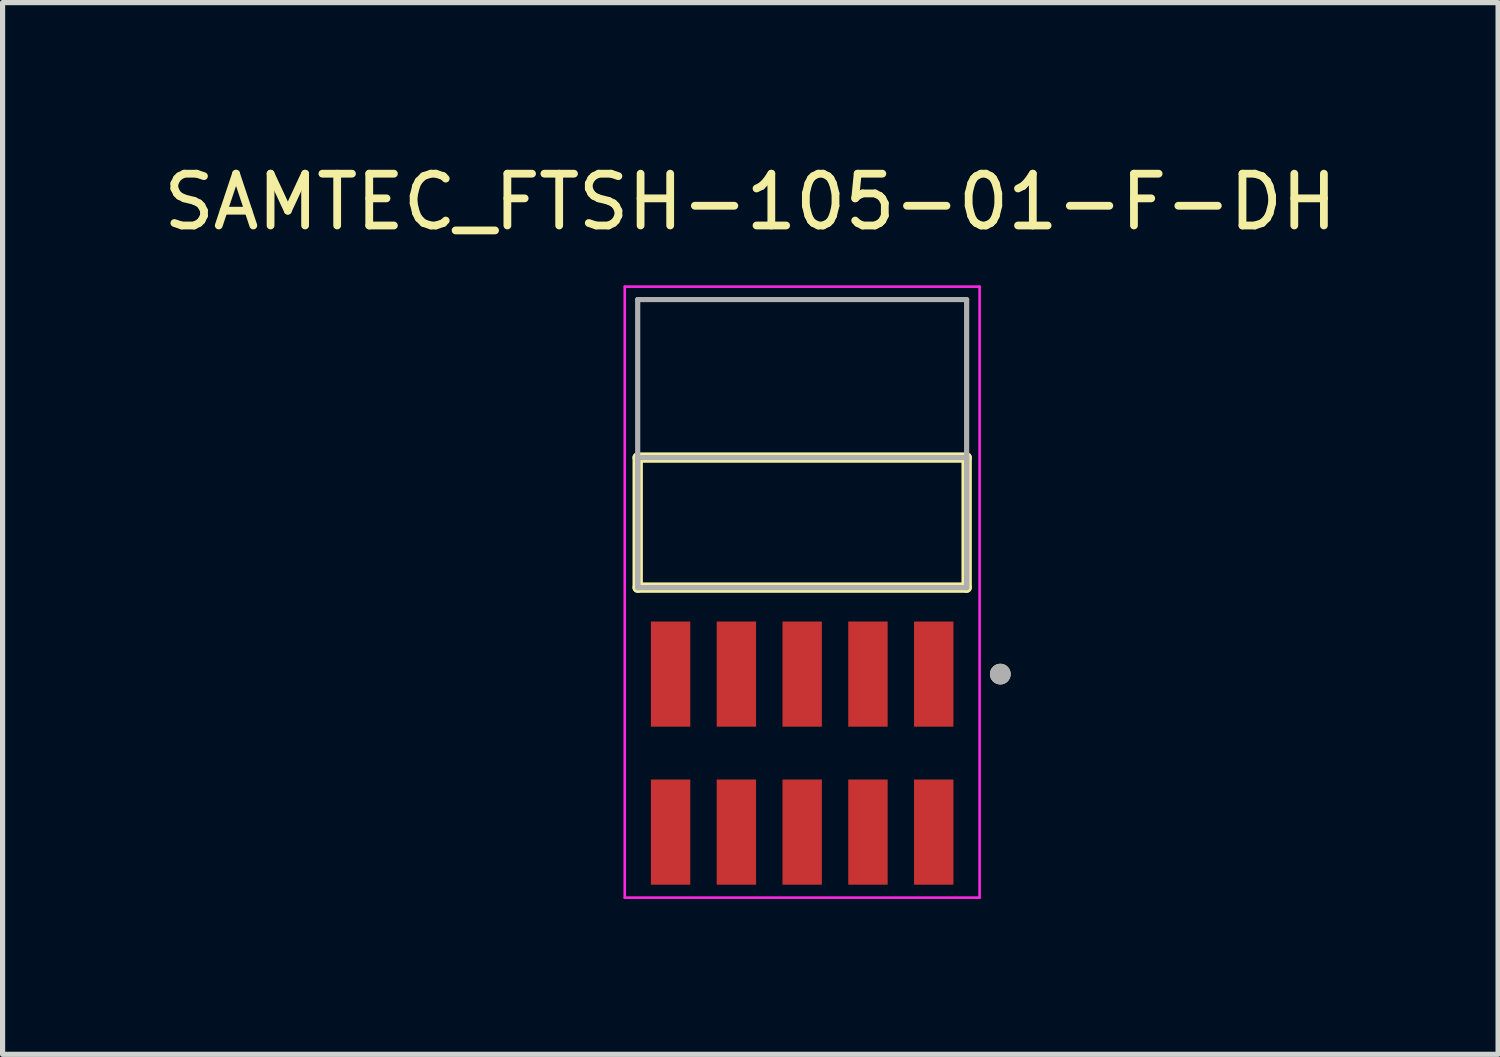
<source format=kicad_pcb>
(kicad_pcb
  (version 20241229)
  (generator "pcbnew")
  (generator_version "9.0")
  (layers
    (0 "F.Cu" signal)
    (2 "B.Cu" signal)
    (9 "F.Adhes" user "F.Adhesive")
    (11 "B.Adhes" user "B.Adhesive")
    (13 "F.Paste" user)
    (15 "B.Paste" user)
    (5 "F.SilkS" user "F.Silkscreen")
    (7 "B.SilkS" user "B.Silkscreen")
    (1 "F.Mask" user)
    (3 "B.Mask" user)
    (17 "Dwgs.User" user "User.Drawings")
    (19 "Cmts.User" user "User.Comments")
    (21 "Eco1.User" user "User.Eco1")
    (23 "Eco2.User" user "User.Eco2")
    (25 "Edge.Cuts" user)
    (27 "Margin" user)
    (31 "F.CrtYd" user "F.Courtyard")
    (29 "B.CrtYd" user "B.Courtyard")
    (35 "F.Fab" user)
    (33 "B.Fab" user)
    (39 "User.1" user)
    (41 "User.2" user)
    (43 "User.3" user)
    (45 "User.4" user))
  (footprint "SAMTEC_FTSH-105-01-F-DH"
    (layer "F.Cu")
    (at 12.435 11.488)
    (property "Reference" "SAMTEC_FTSH-105-01-F-DH" (at -1 -10.64 0) (layer "F.SilkS") (effects (font (size 1 1) (thickness 0.15))))
    (attr smd)
    (fp_line (start -3.175 -3.195) (end -3.175 -5.705) (stroke (width 0.2) (type solid)) (layer "F.SilkS"))
    (fp_line (start 3.175 -5.705) (end -3.175 -5.705) (stroke (width 0.2) (type solid)) (layer "F.SilkS"))
    (fp_line (start 3.175 -5.705) (end 3.175 -3.195) (stroke (width 0.2) (type solid)) (layer "F.SilkS"))
    (fp_line (start 3.175 -3.195) (end -3.175 -3.195) (stroke (width 0.2) (type solid)) (layer "F.SilkS"))
    (fp_circle (center 3.825 -1.525) (end 3.925 -1.525) (stroke (width 0.2) (type solid)) (fill no) (layer "F.SilkS"))
    (fp_line (start -3.425 -9.005) (end 3.425 -9.005) (stroke (width 0.05) (type solid)) (layer "F.CrtYd"))
    (fp_line (start -3.425 2.79) (end -3.425 -9.005) (stroke (width 0.05) (type solid)) (layer "F.CrtYd"))
    (fp_line (start 3.425 -9.005) (end 3.425 2.79) (stroke (width 0.05) (type solid)) (layer "F.CrtYd"))
    (fp_line (start 3.425 2.79) (end -3.425 2.79) (stroke (width 0.05) (type solid)) (layer "F.CrtYd"))
    (fp_line (start -3.175 -8.755) (end 3.175 -8.755) (stroke (width 0.1) (type solid)) (layer "F.Fab"))
    (fp_line (start -3.175 -5.705) (end 3.175 -5.705) (stroke (width 0.1) (type solid)) (layer "F.Fab"))
    (fp_line (start -3.175 -3.195) (end -3.175 -8.755) (stroke (width 0.1) (type solid)) (layer "F.Fab"))
    (fp_line (start -3.175 -3.195) (end -3.175 -5.705) (stroke (width 0.1) (type solid)) (layer "F.Fab"))
    (fp_line (start 3.175 -8.755) (end 3.175 -3.195) (stroke (width 0.1) (type solid)) (layer "F.Fab"))
    (fp_line (start 3.175 -5.705) (end 3.175 -3.195) (stroke (width 0.1) (type solid)) (layer "F.Fab"))
    (fp_line (start 3.175 -3.195) (end -3.175 -3.195) (stroke (width 0.1) (type solid)) (layer "F.Fab"))
    (fp_circle (center 3.825 -1.525) (end 3.925 -1.525) (stroke (width 0.2) (type solid)) (fill no) (layer "F.Fab"))
    (pad "01" smd rect (at 2.54 -1.525) (size 0.76 2.03) (layers "F.Cu" "F.Mask" "F.Paste"))
    (pad "02" smd rect (at 2.54 1.525) (size 0.76 2.03) (layers "F.Cu" "F.Mask" "F.Paste"))
    (pad "03" smd rect (at 1.27 -1.525) (size 0.76 2.03) (layers "F.Cu" "F.Mask" "F.Paste"))
    (pad "04" smd rect (at 1.27 1.525) (size 0.76 2.03) (layers "F.Cu" "F.Mask" "F.Paste"))
    (pad "05" smd rect (at 0 -1.525) (size 0.76 2.03) (layers "F.Cu" "F.Mask" "F.Paste"))
    (pad "06" smd rect (at 0 1.525) (size 0.76 2.03) (layers "F.Cu" "F.Mask" "F.Paste"))
    (pad "07" smd rect (at -1.27 -1.525) (size 0.76 2.03) (layers "F.Cu" "F.Mask" "F.Paste"))
    (pad "08" smd rect (at -1.27 1.525) (size 0.76 2.03) (layers "F.Cu" "F.Mask" "F.Paste"))
    (pad "09" smd rect (at -2.54 -1.525) (size 0.76 2.03) (layers "F.Cu" "F.Mask" "F.Paste"))
    (pad "10" smd rect (at -2.54 1.525) (size 0.76 2.03) (layers "F.Cu" "F.Mask" "F.Paste")))
  (gr_rect
    (start -3 -3)
    (end 25.869 17.303)
    (stroke (width 0.1) (type default))
    (fill no)
    (layer "Edge.Cuts")))
</source>
